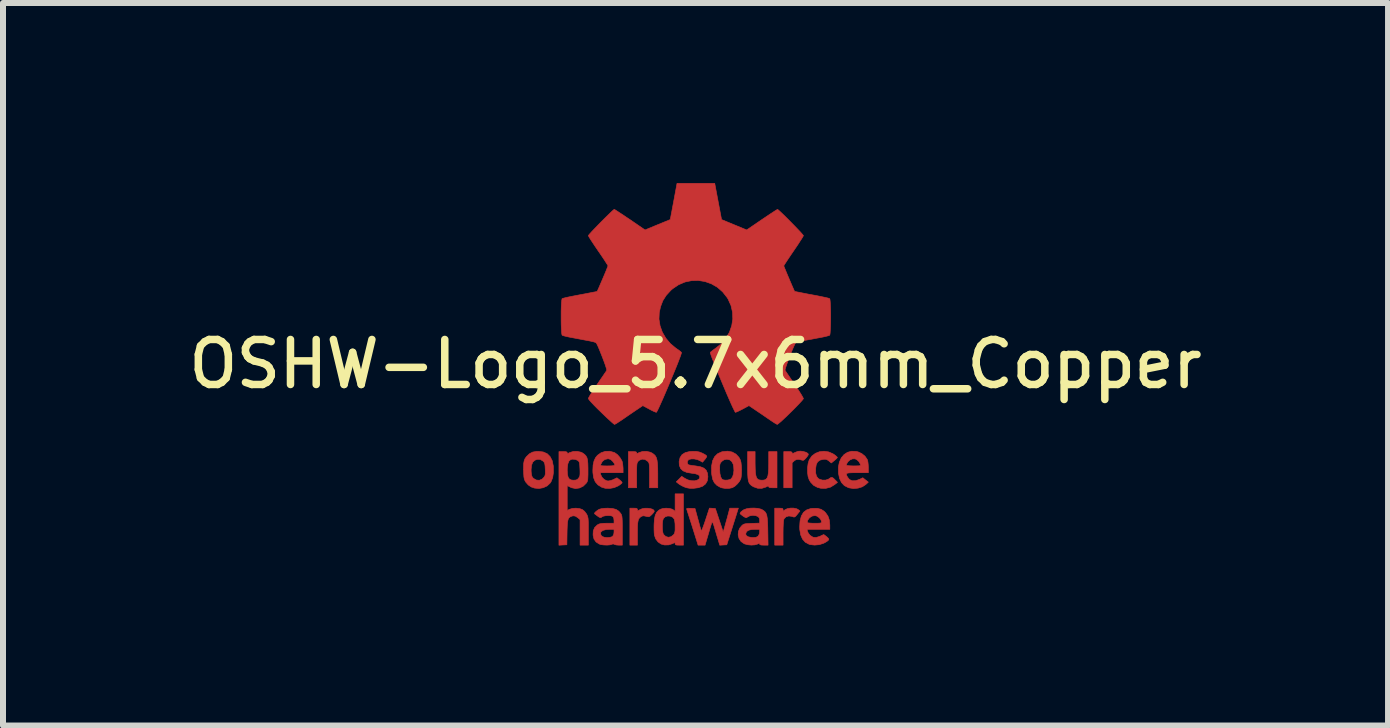
<source format=kicad_pcb>
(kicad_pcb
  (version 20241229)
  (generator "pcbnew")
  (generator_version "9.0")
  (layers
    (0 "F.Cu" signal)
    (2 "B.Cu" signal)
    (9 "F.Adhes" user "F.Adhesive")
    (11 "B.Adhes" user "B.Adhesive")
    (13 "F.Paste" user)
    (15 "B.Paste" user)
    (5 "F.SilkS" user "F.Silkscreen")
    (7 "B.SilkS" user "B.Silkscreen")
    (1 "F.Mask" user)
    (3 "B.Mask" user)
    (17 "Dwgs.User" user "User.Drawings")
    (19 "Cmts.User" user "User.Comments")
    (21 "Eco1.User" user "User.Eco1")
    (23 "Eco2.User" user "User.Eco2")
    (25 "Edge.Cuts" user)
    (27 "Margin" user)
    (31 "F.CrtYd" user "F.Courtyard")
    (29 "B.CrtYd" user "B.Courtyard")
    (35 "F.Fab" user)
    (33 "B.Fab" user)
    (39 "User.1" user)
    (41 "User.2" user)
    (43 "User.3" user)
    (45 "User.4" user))
  (footprint "OSHW-Logo_5.7x6mm_Copper"
    (layer "F.Cu")
    (at 8.541 3.017)
    (property "Reference" "OSHW-Logo_5.7x6mm_Copper" (at 0 0 0) (layer "F.SilkS") (effects (font (size 0.75 0.75) (thickness 0.125))))
    (attr exclude_from_pos_files exclude_from_bom)
    (fp_poly (pts (xy 1.799 1.458) (xy 1.843 1.471) (xy 1.871 1.488) (xy 1.88 1.501) (xy 1.877 1.517) (xy 1.861 1.541) (xy 1.847 1.559) (xy 1.819 1.59) (xy 1.798 1.604) (xy 1.78 1.603) (xy 1.726 1.589) (xy 1.687 1.59) (xy 1.655 1.605) (xy 1.644 1.614) (xy 1.61 1.646) (xy 1.61 2.062) (xy 1.471 2.062) (xy 1.471 1.459) (xy 1.54 1.459) (xy 1.582 1.46) (xy 1.603 1.466) (xy 1.61 1.477) (xy 1.61 1.478) (xy 1.612 1.49) (xy 1.626 1.488) (xy 1.644 1.48) (xy 1.682 1.464) (xy 1.713 1.454) (xy 1.753 1.451) (xy 1.799 1.458)) (stroke (width 0.01) (type solid)) (fill yes) (layer "F.Cu"))
    (fp_poly (pts (xy 1.635 2.401) (xy 1.684 2.411) (xy 1.711 2.425) (xy 1.74 2.449) (xy 1.699 2.501) (xy 1.673 2.532) (xy 1.656 2.547) (xy 1.639 2.55) (xy 1.614 2.542) (xy 1.602 2.538) (xy 1.554 2.532) (xy 1.51 2.545) (xy 1.478 2.576) (xy 1.473 2.585) (xy 1.467 2.611) (xy 1.463 2.659) (xy 1.46 2.725) (xy 1.459 2.806) (xy 1.459 2.817) (xy 1.459 3.018) (xy 1.32 3.018) (xy 1.32 2.402) (xy 1.389 2.402) (xy 1.429 2.403) (xy 1.45 2.407) (xy 1.458 2.418) (xy 1.459 2.428) (xy 1.459 2.454) (xy 1.492 2.428) (xy 1.53 2.41) (xy 1.581 2.401) (xy 1.635 2.401)) (stroke (width 0.01) (type solid)) (fill yes) (layer "F.Cu"))
    (fp_poly (pts (xy -0.993 2.403) (xy -0.975 2.409) (xy -0.968 2.421) (xy -0.968 2.427) (xy -0.967 2.442) (xy -0.96 2.445) (xy -0.939 2.434) (xy -0.927 2.427) (xy -0.889 2.411) (xy -0.844 2.403) (xy -0.797 2.403) (xy -0.752 2.409) (xy -0.716 2.42) (xy -0.693 2.436) (xy -0.688 2.456) (xy -0.69 2.462) (xy -0.707 2.485) (xy -0.733 2.513) (xy -0.738 2.517) (xy -0.762 2.538) (xy -0.784 2.545) (xy -0.814 2.54) (xy -0.826 2.537) (xy -0.863 2.529) (xy -0.889 2.533) (xy -0.911 2.545) (xy -0.931 2.561) (xy -0.946 2.581) (xy -0.956 2.609) (xy -0.963 2.648) (xy -0.967 2.704) (xy -0.968 2.779) (xy -0.968 2.824) (xy -0.968 3.018) (xy -1.094 3.018) (xy -1.094 2.402) (xy -1.031 2.402) (xy -0.993 2.403)) (stroke (width 0.01) (type solid)) (fill yes) (layer "F.Cu"))
    (fp_poly (pts (xy 0.993 1.654) (xy 0.995 1.747) (xy 0.999 1.817) (xy 1.008 1.867) (xy 1.022 1.902) (xy 1.042 1.923) (xy 1.071 1.933) (xy 1.107 1.936) (xy 1.144 1.933) (xy 1.172 1.922) (xy 1.192 1.9) (xy 1.206 1.865) (xy 1.214 1.814) (xy 1.219 1.742) (xy 1.22 1.654) (xy 1.22 1.459) (xy 1.358 1.459) (xy 1.358 2.062) (xy 1.289 2.062) (xy 1.247 2.06) (xy 1.226 2.055) (xy 1.22 2.043) (xy 1.216 2.033) (xy 1.202 2.035) (xy 1.173 2.05) (xy 1.106 2.071) (xy 1.036 2.07) (xy 0.968 2.046) (xy 0.936 2.027) (xy 0.912 2.007) (xy 0.894 1.982) (xy 0.881 1.947) (xy 0.874 1.901) (xy 0.87 1.839) (xy 0.868 1.758) (xy 0.868 1.695) (xy 0.868 1.459) (xy 0.993 1.459) (xy 0.993 1.654)) (stroke (width 0.01) (type solid)) (fill yes) (layer "F.Cu"))
    (fp_poly (pts (xy -0.754 1.469) (xy -0.723 1.484) (xy -0.692 1.506) (xy -0.669 1.53) (xy -0.652 1.562) (xy -0.641 1.604) (xy -0.634 1.66) (xy -0.63 1.734) (xy -0.629 1.829) (xy -0.629 1.839) (xy -0.629 2.062) (xy -0.767 2.062) (xy -0.767 1.856) (xy -0.767 1.78) (xy -0.768 1.725) (xy -0.77 1.687) (xy -0.773 1.661) (xy -0.779 1.643) (xy -0.788 1.63) (xy -0.8 1.618) (xy -0.843 1.59) (xy -0.89 1.585) (xy -0.934 1.602) (xy -0.95 1.615) (xy -0.961 1.627) (xy -0.969 1.641) (xy -0.975 1.659) (xy -0.978 1.686) (xy -0.98 1.726) (xy -0.981 1.784) (xy -0.981 1.854) (xy -0.981 2.062) (xy -1.119 2.062) (xy -1.119 1.459) (xy -1.05 1.459) (xy -1.008 1.46) (xy -0.987 1.466) (xy -0.981 1.477) (xy -0.981 1.478) (xy -0.978 1.489) (xy -0.965 1.488) (xy -0.94 1.475) (xy -0.883 1.457) (xy -0.817 1.455) (xy -0.754 1.469)) (stroke (width 0.01) (type solid)) (fill yes) (layer "F.Cu"))
    (fp_poly (pts (xy 2.217 1.464) (xy 2.29 1.495) (xy 2.313 1.51) (xy 2.342 1.533) (xy 2.361 1.551) (xy 2.364 1.557) (xy 2.355 1.57) (xy 2.332 1.593) (xy 2.313 1.608) (xy 2.263 1.649) (xy 2.223 1.615) (xy 2.192 1.594) (xy 2.162 1.586) (xy 2.127 1.588) (xy 2.073 1.602) (xy 2.035 1.63) (xy 2.012 1.675) (xy 2.002 1.741) (xy 2.002 1.741) (xy 2.002 1.815) (xy 2.016 1.869) (xy 2.044 1.906) (xy 2.063 1.918) (xy 2.114 1.934) (xy 2.168 1.934) (xy 2.215 1.919) (xy 2.226 1.911) (xy 2.253 1.893) (xy 2.275 1.889) (xy 2.299 1.903) (xy 2.325 1.929) (xy 2.366 1.971) (xy 2.32 2.008) (xy 2.25 2.051) (xy 2.17 2.072) (xy 2.087 2.07) (xy 2.033 2.056) (xy 1.969 2.022) (xy 1.918 1.968) (xy 1.895 1.93) (xy 1.876 1.876) (xy 1.867 1.806) (xy 1.867 1.731) (xy 1.876 1.659) (xy 1.894 1.599) (xy 1.897 1.593) (xy 1.94 1.532) (xy 1.998 1.488) (xy 2.067 1.461) (xy 2.141 1.453) (xy 2.217 1.464)) (stroke (width 0.01) (type solid)) (fill yes) (layer "F.Cu"))
    (fp_poly (pts (xy 0.611 1.466) (xy 0.674 1.501) (xy 0.724 1.555) (xy 0.748 1.6) (xy 0.758 1.639) (xy 0.764 1.695) (xy 0.767 1.76) (xy 0.766 1.824) (xy 0.761 1.881) (xy 0.755 1.912) (xy 0.734 1.953) (xy 0.698 1.997) (xy 0.656 2.036) (xy 0.613 2.061) (xy 0.612 2.061) (xy 0.56 2.072) (xy 0.497 2.073) (xy 0.438 2.063) (xy 0.415 2.055) (xy 0.356 2.021) (xy 0.314 1.978) (xy 0.286 1.92) (xy 0.271 1.844) (xy 0.267 1.804) (xy 0.268 1.754) (xy 0.402 1.754) (xy 0.407 1.827) (xy 0.42 1.882) (xy 0.441 1.918) (xy 0.456 1.928) (xy 0.493 1.935) (xy 0.539 1.933) (xy 0.577 1.923) (xy 0.588 1.917) (xy 0.615 1.885) (xy 0.632 1.835) (xy 0.64 1.774) (xy 0.636 1.708) (xy 0.628 1.669) (xy 0.604 1.624) (xy 0.567 1.595) (xy 0.522 1.586) (xy 0.475 1.596) (xy 0.439 1.621) (xy 0.42 1.642) (xy 0.409 1.662) (xy 0.404 1.69) (xy 0.402 1.733) (xy 0.402 1.754) (xy 0.268 1.754) (xy 0.268 1.698) (xy 0.285 1.611) (xy 0.319 1.543) (xy 0.369 1.494) (xy 0.435 1.464) (xy 0.45 1.46) (xy 0.535 1.452) (xy 0.611 1.466)) (stroke (width 0.01) (type solid)) (fill yes) (layer "F.Cu"))
    (fp_poly (pts (xy 0.282 2.404) (xy 0.331 2.408) (xy 0.461 2.798) (xy 0.482 2.729) (xy 0.494 2.686) (xy 0.51 2.628) (xy 0.528 2.565) (xy 0.537 2.531) (xy 0.571 2.402) (xy 0.714 2.402) (xy 0.672 2.537) (xy 0.651 2.603) (xy 0.625 2.684) (xy 0.599 2.767) (xy 0.575 2.842) (xy 0.521 3.012) (xy 0.463 3.015) (xy 0.404 3.019) (xy 0.373 2.915) (xy 0.353 2.85) (xy 0.332 2.778) (xy 0.313 2.715) (xy 0.313 2.713) (xy 0.299 2.67) (xy 0.286 2.641) (xy 0.278 2.63) (xy 0.276 2.631) (xy 0.27 2.648) (xy 0.258 2.685) (xy 0.242 2.736) (xy 0.224 2.798) (xy 0.214 2.832) (xy 0.159 3.018) (xy 0.043 3.018) (xy -0.049 2.725) (xy -0.075 2.643) (xy -0.099 2.569) (xy -0.119 2.506) (xy -0.135 2.457) (xy -0.145 2.426) (xy -0.148 2.417) (xy -0.146 2.407) (xy -0.127 2.403) (xy -0.087 2.404) (xy -0.081 2.404) (xy -0.008 2.408) (xy 0.04 2.584) (xy 0.058 2.648) (xy 0.073 2.705) (xy 0.086 2.748) (xy 0.094 2.775) (xy 0.095 2.779) (xy 0.101 2.774) (xy 0.113 2.749) (xy 0.13 2.706) (xy 0.15 2.65) (xy 0.167 2.599) (xy 0.232 2.401) (xy 0.282 2.404)) (stroke (width 0.01) (type solid)) (fill yes) (layer "F.Cu"))
    (fp_poly (pts (xy -2.538 1.465) (xy -2.472 1.494) (xy -2.423 1.543) (xy -2.388 1.611) (xy -2.37 1.699) (xy -2.369 1.712) (xy -2.368 1.809) (xy -2.381 1.894) (xy -2.408 1.962) (xy -2.423 1.984) (xy -2.473 2.031) (xy -2.538 2.061) (xy -2.61 2.074) (xy -2.683 2.067) (xy -2.739 2.048) (xy -2.787 2.015) (xy -2.826 1.971) (xy -2.827 1.97) (xy -2.843 1.943) (xy -2.853 1.916) (xy -2.86 1.882) (xy -2.863 1.834) (xy -2.865 1.795) (xy -2.866 1.759) (xy -2.74 1.759) (xy -2.739 1.795) (xy -2.734 1.842) (xy -2.726 1.872) (xy -2.712 1.894) (xy -2.699 1.907) (xy -2.652 1.933) (xy -2.603 1.937) (xy -2.557 1.918) (xy -2.534 1.896) (xy -2.517 1.875) (xy -2.507 1.854) (xy -2.503 1.828) (xy -2.503 1.788) (xy -2.504 1.751) (xy -2.507 1.698) (xy -2.512 1.664) (xy -2.52 1.641) (xy -2.533 1.624) (xy -2.544 1.615) (xy -2.589 1.589) (xy -2.637 1.588) (xy -2.678 1.603) (xy -2.713 1.635) (xy -2.733 1.687) (xy -2.74 1.759) (xy -2.866 1.759) (xy -2.866 1.717) (xy -2.864 1.658) (xy -2.856 1.614) (xy -2.843 1.579) (xy -2.822 1.549) (xy -2.814 1.539) (xy -2.766 1.494) (xy -2.714 1.467) (xy -2.651 1.456) (xy -2.62 1.455) (xy -2.538 1.465)) (stroke (width 0.01) (type solid)) (fill yes) (layer "F.Cu"))
    (fp_poly (pts (xy -0.201 3.018) (xy -0.27 3.018) (xy -0.31 3.017) (xy -0.331 3.012) (xy -0.339 3.001) (xy -0.34 2.994) (xy -0.341 2.98) (xy -0.349 2.977) (xy -0.37 2.986) (xy -0.386 2.994) (xy -0.449 3.014) (xy -0.517 3.015) (xy -0.573 3) (xy -0.624 2.965) (xy -0.664 2.913) (xy -0.685 2.851) (xy -0.686 2.848) (xy -0.689 2.811) (xy -0.691 2.757) (xy -0.691 2.716) (xy -0.553 2.716) (xy -0.55 2.77) (xy -0.543 2.815) (xy -0.533 2.84) (xy -0.496 2.874) (xy -0.452 2.887) (xy -0.407 2.877) (xy -0.368 2.847) (xy -0.353 2.827) (xy -0.345 2.803) (xy -0.34 2.768) (xy -0.34 2.716) (xy -0.341 2.664) (xy -0.346 2.619) (xy -0.353 2.588) (xy -0.354 2.585) (xy -0.38 2.553) (xy -0.42 2.535) (xy -0.463 2.532) (xy -0.504 2.545) (xy -0.534 2.573) (xy -0.537 2.578) (xy -0.547 2.612) (xy -0.552 2.661) (xy -0.553 2.716) (xy -0.691 2.716) (xy -0.691 2.696) (xy -0.69 2.663) (xy -0.684 2.581) (xy -0.671 2.52) (xy -0.649 2.474) (xy -0.618 2.441) (xy -0.587 2.421) (xy -0.544 2.407) (xy -0.491 2.402) (xy -0.436 2.406) (xy -0.39 2.418) (xy -0.365 2.433) (xy -0.34 2.456) (xy -0.34 2.163) (xy -0.201 2.163) (xy -0.201 3.018)) (stroke (width 0.01) (type solid)) (fill yes) (layer "F.Cu"))
    (fp_poly (pts (xy 2.678 1.456) (xy 2.71 1.464) (xy 2.772 1.493) (xy 2.825 1.537) (xy 2.861 1.589) (xy 2.866 1.601) (xy 2.873 1.632) (xy 2.878 1.677) (xy 2.88 1.723) (xy 2.88 1.811) (xy 2.697 1.811) (xy 2.622 1.811) (xy 2.569 1.813) (xy 2.535 1.817) (xy 2.518 1.826) (xy 2.514 1.84) (xy 2.521 1.86) (xy 2.533 1.884) (xy 2.566 1.925) (xy 2.612 1.945) (xy 2.669 1.944) (xy 2.733 1.922) (xy 2.788 1.895) (xy 2.834 1.932) (xy 2.88 1.968) (xy 2.837 2.008) (xy 2.779 2.046) (xy 2.708 2.068) (xy 2.632 2.075) (xy 2.558 2.063) (xy 2.546 2.059) (xy 2.481 2.026) (xy 2.433 1.975) (xy 2.4 1.906) (xy 2.382 1.818) (xy 2.382 1.816) (xy 2.381 1.72) (xy 2.387 1.686) (xy 2.515 1.686) (xy 2.527 1.691) (xy 2.558 1.695) (xy 2.605 1.697) (xy 2.635 1.698) (xy 2.691 1.697) (xy 2.725 1.696) (xy 2.744 1.692) (xy 2.75 1.685) (xy 2.748 1.674) (xy 2.747 1.669) (xy 2.724 1.627) (xy 2.689 1.594) (xy 2.658 1.579) (xy 2.616 1.58) (xy 2.574 1.598) (xy 2.539 1.629) (xy 2.518 1.666) (xy 2.515 1.686) (xy 2.387 1.686) (xy 2.397 1.635) (xy 2.429 1.564) (xy 2.475 1.509) (xy 2.533 1.471) (xy 2.601 1.453) (xy 2.678 1.456)) (stroke (width 0.01) (type solid)) (fill yes) (layer "F.Cu"))
    (fp_poly (pts (xy 0.014 1.456) (xy 0.062 1.465) (xy 0.111 1.484) (xy 0.116 1.487) (xy 0.154 1.506) (xy 0.18 1.525) (xy 0.188 1.537) (xy 0.18 1.556) (xy 0.161 1.584) (xy 0.152 1.594) (xy 0.117 1.636) (xy 0.071 1.609) (xy 0.027 1.591) (xy -0.023 1.581) (xy -0.071 1.581) (xy -0.109 1.59) (xy -0.117 1.595) (xy -0.135 1.621) (xy -0.137 1.651) (xy -0.124 1.674) (xy -0.116 1.679) (xy -0.094 1.684) (xy -0.054 1.691) (xy -0.005 1.697) (xy 0.004 1.698) (xy 0.083 1.712) (xy 0.14 1.735) (xy 0.178 1.77) (xy 0.199 1.818) (xy 0.206 1.878) (xy 0.197 1.945) (xy 0.167 1.998) (xy 0.117 2.037) (xy 0.047 2.061) (xy -0.031 2.071) (xy -0.095 2.071) (xy -0.147 2.062) (xy -0.182 2.05) (xy -0.227 2.029) (xy -0.268 2.005) (xy -0.283 1.994) (xy -0.321 1.963) (xy -0.275 1.917) (xy -0.23 1.871) (xy -0.178 1.905) (xy -0.126 1.931) (xy -0.071 1.944) (xy -0.017 1.946) (xy 0.028 1.935) (xy 0.06 1.914) (xy 0.07 1.895) (xy 0.069 1.865) (xy 0.043 1.843) (xy -0.007 1.827) (xy -0.061 1.82) (xy -0.145 1.806) (xy -0.207 1.78) (xy -0.248 1.741) (xy -0.27 1.688) (xy -0.273 1.625) (xy -0.258 1.56) (xy -0.225 1.51) (xy -0.171 1.476) (xy -0.099 1.458) (xy -0.045 1.455) (xy 0.014 1.456)) (stroke (width 0.01) (type solid)) (fill yes) (layer "F.Cu"))
    (fp_poly (pts (xy 2.033 2.405) (xy 2.093 2.421) (xy 2.143 2.453) (xy 2.167 2.477) (xy 2.207 2.534) (xy 2.23 2.6) (xy 2.238 2.681) (xy 2.238 2.688) (xy 2.238 2.754) (xy 1.858 2.754) (xy 1.866 2.788) (xy 1.881 2.82) (xy 1.907 2.852) (xy 1.912 2.857) (xy 1.958 2.886) (xy 2.01 2.89) (xy 2.071 2.872) (xy 2.081 2.867) (xy 2.112 2.852) (xy 2.133 2.843) (xy 2.137 2.842) (xy 2.15 2.85) (xy 2.174 2.869) (xy 2.187 2.879) (xy 2.212 2.903) (xy 2.221 2.919) (xy 2.215 2.934) (xy 2.212 2.938) (xy 2.191 2.955) (xy 2.156 2.976) (xy 2.131 2.988) (xy 2.062 3.01) (xy 1.985 3.017) (xy 1.913 3.009) (xy 1.892 3.003) (xy 1.829 2.969) (xy 1.783 2.917) (xy 1.752 2.846) (xy 1.737 2.757) (xy 1.736 2.71) (xy 1.74 2.641) (xy 1.861 2.641) (xy 1.873 2.646) (xy 1.904 2.65) (xy 1.95 2.653) (xy 1.98 2.653) (xy 2.036 2.653) (xy 2.071 2.651) (xy 2.09 2.647) (xy 2.098 2.639) (xy 2.1 2.628) (xy 2.089 2.594) (xy 2.062 2.561) (xy 2.026 2.535) (xy 1.991 2.525) (xy 1.942 2.534) (xy 1.9 2.561) (xy 1.871 2.6) (xy 1.861 2.641) (xy 1.74 2.641) (xy 1.743 2.61) (xy 1.764 2.531) (xy 1.8 2.471) (xy 1.852 2.431) (xy 1.92 2.408) (xy 1.957 2.404) (xy 2.033 2.405)) (stroke (width 0.01) (type solid)) (fill yes) (layer "F.Cu"))
    (fp_poly (pts (xy -1.357 1.473) (xy -1.344 1.479) (xy -1.301 1.51) (xy -1.26 1.557) (xy -1.229 1.608) (xy -1.22 1.631) (xy -1.213 1.673) (xy -1.208 1.724) (xy -1.207 1.745) (xy -1.207 1.811) (xy -1.587 1.811) (xy -1.579 1.845) (xy -1.559 1.886) (xy -1.524 1.922) (xy -1.483 1.944) (xy -1.457 1.949) (xy -1.421 1.943) (xy -1.378 1.929) (xy -1.364 1.922) (xy -1.31 1.896) (xy -1.265 1.93) (xy -1.238 1.954) (xy -1.224 1.973) (xy -1.223 1.979) (xy -1.236 1.993) (xy -1.263 2.014) (xy -1.288 2.03) (xy -1.356 2.06) (xy -1.431 2.073) (xy -1.506 2.07) (xy -1.565 2.052) (xy -1.627 2.013) (xy -1.671 1.962) (xy -1.698 1.895) (xy -1.71 1.811) (xy -1.711 1.773) (xy -1.707 1.685) (xy -1.706 1.682) (xy -1.581 1.682) (xy -1.577 1.691) (xy -1.563 1.695) (xy -1.533 1.697) (xy -1.485 1.698) (xy -1.466 1.698) (xy -1.408 1.697) (xy -1.372 1.694) (xy -1.353 1.689) (xy -1.346 1.681) (xy -1.345 1.679) (xy -1.353 1.658) (xy -1.373 1.63) (xy -1.382 1.62) (xy -1.413 1.591) (xy -1.446 1.58) (xy -1.464 1.579) (xy -1.512 1.591) (xy -1.552 1.622) (xy -1.577 1.668) (xy -1.578 1.669) (xy -1.581 1.682) (xy -1.706 1.682) (xy -1.692 1.616) (xy -1.666 1.56) (xy -1.634 1.521) (xy -1.574 1.478) (xy -1.504 1.455) (xy -1.43 1.453) (xy -1.357 1.473)) (stroke (width 0.01) (type solid)) (fill yes) (layer "F.Cu"))
    (fp_poly (pts (xy 1.038 2.405) (xy 1.091 2.418) (xy 1.107 2.425) (xy 1.136 2.443) (xy 1.159 2.463) (xy 1.176 2.489) (xy 1.188 2.524) (xy 1.196 2.572) (xy 1.201 2.636) (xy 1.204 2.72) (xy 1.205 2.776) (xy 1.209 3.018) (xy 1.139 3.018) (xy 1.096 3.016) (xy 1.074 3.01) (xy 1.069 3) (xy 1.066 2.989) (xy 1.052 2.991) (xy 1.034 3) (xy 0.989 3.013) (xy 0.93 3.017) (xy 0.868 3.011) (xy 0.814 2.996) (xy 0.809 2.993) (xy 0.759 2.958) (xy 0.726 2.909) (xy 0.711 2.852) (xy 0.712 2.832) (xy 0.836 2.832) (xy 0.846 2.859) (xy 0.879 2.879) (xy 0.931 2.89) (xy 0.959 2.891) (xy 1.005 2.888) (xy 1.036 2.874) (xy 1.044 2.867) (xy 1.064 2.831) (xy 1.069 2.798) (xy 1.069 2.754) (xy 1.008 2.754) (xy 0.936 2.757) (xy 0.886 2.769) (xy 0.855 2.789) (xy 0.848 2.798) (xy 0.836 2.832) (xy 0.712 2.832) (xy 0.714 2.792) (xy 0.737 2.735) (xy 0.768 2.697) (xy 0.786 2.68) (xy 0.805 2.669) (xy 0.829 2.662) (xy 0.864 2.658) (xy 0.917 2.656) (xy 0.938 2.655) (xy 1.069 2.651) (xy 1.069 2.611) (xy 1.064 2.569) (xy 1.045 2.544) (xy 1.008 2.528) (xy 1.007 2.528) (xy 0.954 2.521) (xy 0.903 2.53) (xy 0.865 2.55) (xy 0.849 2.56) (xy 0.833 2.558) (xy 0.807 2.544) (xy 0.792 2.534) (xy 0.763 2.512) (xy 0.745 2.496) (xy 0.742 2.491) (xy 0.754 2.467) (xy 0.789 2.438) (xy 0.805 2.428) (xy 0.849 2.412) (xy 0.908 2.402) (xy 0.974 2.4) (xy 1.038 2.405)) (stroke (width 0.01) (type solid)) (fill yes) (layer "F.Cu"))
    (fp_poly (pts (xy -1.384 2.407) (xy -1.325 2.422) (xy -1.28 2.451) (xy -1.248 2.488) (xy -1.238 2.504) (xy -1.231 2.521) (xy -1.226 2.543) (xy -1.223 2.573) (xy -1.221 2.615) (xy -1.22 2.674) (xy -1.22 2.753) (xy -1.22 2.774) (xy -1.22 3.018) (xy -1.28 3.018) (xy -1.319 3.015) (xy -1.347 3.008) (xy -1.354 3.004) (xy -1.374 2.997) (xy -1.394 3.004) (xy -1.426 3.013) (xy -1.474 3.017) (xy -1.527 3.015) (xy -1.575 3.009) (xy -1.603 3) (xy -1.658 2.965) (xy -1.692 2.916) (xy -1.707 2.852) (xy -1.707 2.85) (xy -1.706 2.822) (xy -1.584 2.822) (xy -1.574 2.854) (xy -1.556 2.873) (xy -1.522 2.886) (xy -1.476 2.892) (xy -1.429 2.889) (xy -1.392 2.878) (xy -1.381 2.871) (xy -1.363 2.839) (xy -1.358 2.802) (xy -1.358 2.754) (xy -1.428 2.754) (xy -1.494 2.759) (xy -1.544 2.773) (xy -1.575 2.796) (xy -1.584 2.822) (xy -1.706 2.822) (xy -1.704 2.78) (xy -1.681 2.724) (xy -1.637 2.682) (xy -1.631 2.678) (xy -1.605 2.665) (xy -1.573 2.658) (xy -1.528 2.654) (xy -1.474 2.653) (xy -1.358 2.653) (xy -1.358 2.604) (xy -1.363 2.567) (xy -1.376 2.541) (xy -1.377 2.54) (xy -1.405 2.529) (xy -1.447 2.525) (xy -1.494 2.527) (xy -1.535 2.535) (xy -1.56 2.547) (xy -1.573 2.557) (xy -1.587 2.559) (xy -1.607 2.551) (xy -1.636 2.531) (xy -1.68 2.497) (xy -1.684 2.494) (xy -1.682 2.482) (xy -1.665 2.463) (xy -1.638 2.441) (xy -1.61 2.423) (xy -1.6 2.419) (xy -1.567 2.41) (xy -1.519 2.404) (xy -1.465 2.402) (xy -1.462 2.402) (xy -1.384 2.407)) (stroke (width 0.01) (type solid)) (fill yes) (layer "F.Cu"))
    (fp_poly (pts (xy -1.909 1.469) (xy -1.882 1.482) (xy -1.85 1.505) (xy -1.826 1.53) (xy -1.809 1.561) (xy -1.799 1.603) (xy -1.794 1.66) (xy -1.792 1.736) (xy -1.792 1.769) (xy -1.792 1.841) (xy -1.794 1.892) (xy -1.796 1.927) (xy -1.802 1.952) (xy -1.81 1.97) (xy -1.818 1.982) (xy -1.87 2.034) (xy -1.932 2.065) (xy -1.999 2.075) (xy -2.066 2.061) (xy -2.087 2.051) (xy -2.138 2.025) (xy -2.138 2.44) (xy -2.101 2.421) (xy -2.052 2.406) (xy -1.992 2.402) (xy -1.932 2.409) (xy -1.886 2.425) (xy -1.849 2.455) (xy -1.817 2.498) (xy -1.814 2.502) (xy -1.804 2.523) (xy -1.797 2.544) (xy -1.791 2.57) (xy -1.788 2.604) (xy -1.786 2.651) (xy -1.786 2.715) (xy -1.786 2.787) (xy -1.786 3.018) (xy -1.924 3.018) (xy -1.924 2.593) (xy -1.963 2.56) (xy -2.003 2.534) (xy -2.041 2.529) (xy -2.079 2.541) (xy -2.099 2.553) (xy -2.115 2.57) (xy -2.125 2.596) (xy -2.133 2.634) (xy -2.137 2.688) (xy -2.14 2.761) (xy -2.141 2.81) (xy -2.144 3.012) (xy -2.21 3.015) (xy -2.276 3.019) (xy -2.276 1.771) (xy -2.138 1.771) (xy -2.134 1.84) (xy -2.122 1.889) (xy -2.1 1.919) (xy -2.066 1.933) (xy -2.031 1.936) (xy -1.991 1.933) (xy -1.965 1.92) (xy -1.949 1.902) (xy -1.936 1.883) (xy -1.928 1.862) (xy -1.925 1.832) (xy -1.925 1.787) (xy -1.926 1.75) (xy -1.929 1.694) (xy -1.932 1.657) (xy -1.939 1.633) (xy -1.95 1.617) (xy -1.96 1.608) (xy -2.002 1.589) (xy -2.052 1.585) (xy -2.08 1.592) (xy -2.109 1.616) (xy -2.128 1.664) (xy -2.137 1.734) (xy -2.138 1.771) (xy -2.276 1.771) (xy -2.276 1.459) (xy -2.207 1.459) (xy -2.165 1.46) (xy -2.144 1.466) (xy -2.138 1.477) (xy -2.138 1.478) (xy -2.135 1.489) (xy -2.122 1.488) (xy -2.097 1.475) (xy -2.038 1.457) (xy -1.972 1.455) (xy -1.909 1.469)) (stroke (width 0.01) (type solid)) (fill yes) (layer "F.Cu"))
    (fp_poly (pts (xy 0.377 -2.71) (xy 0.434 -2.408) (xy 0.853 -2.235) (xy 1.105 -2.407) (xy 1.175 -2.454) (xy 1.239 -2.497) (xy 1.293 -2.532) (xy 1.334 -2.559) (xy 1.36 -2.574) (xy 1.367 -2.578) (xy 1.379 -2.569) (xy 1.406 -2.545) (xy 1.444 -2.509) (xy 1.491 -2.464) (xy 1.542 -2.413) (xy 1.596 -2.358) (xy 1.649 -2.304) (xy 1.698 -2.253) (xy 1.741 -2.208) (xy 1.773 -2.172) (xy 1.793 -2.148) (xy 1.798 -2.14) (xy 1.791 -2.125) (xy 1.772 -2.093) (xy 1.742 -2.047) (xy 1.705 -1.989) (xy 1.66 -1.923) (xy 1.635 -1.886) (xy 1.588 -1.817) (xy 1.546 -1.755) (xy 1.512 -1.703) (xy 1.487 -1.664) (xy 1.473 -1.641) (xy 1.471 -1.636) (xy 1.476 -1.622) (xy 1.489 -1.59) (xy 1.508 -1.544) (xy 1.531 -1.488) (xy 1.557 -1.427) (xy 1.583 -1.366) (xy 1.607 -1.31) (xy 1.628 -1.262) (xy 1.643 -1.228) (xy 1.651 -1.211) (xy 1.652 -1.211) (xy 1.665 -1.208) (xy 1.699 -1.201) (xy 1.75 -1.191) (xy 1.816 -1.178) (xy 1.893 -1.163) (xy 1.937 -1.155) (xy 2.019 -1.14) (xy 2.093 -1.125) (xy 2.155 -1.112) (xy 2.202 -1.101) (xy 2.23 -1.093) (xy 2.235 -1.091) (xy 2.241 -1.074) (xy 2.245 -1.037) (xy 2.248 -0.983) (xy 2.251 -0.917) (xy 2.252 -0.844) (xy 2.252 -0.767) (xy 2.251 -0.691) (xy 2.249 -0.621) (xy 2.246 -0.56) (xy 2.243 -0.514) (xy 2.238 -0.486) (xy 2.235 -0.48) (xy 2.217 -0.473) (xy 2.179 -0.463) (xy 2.127 -0.451) (xy 2.065 -0.439) (xy 2.043 -0.435) (xy 1.938 -0.415) (xy 1.855 -0.4) (xy 1.792 -0.388) (xy 1.745 -0.378) (xy 1.711 -0.37) (xy 1.689 -0.363) (xy 1.676 -0.357) (xy 1.667 -0.351) (xy 1.666 -0.35) (xy 1.655 -0.331) (xy 1.638 -0.294) (xy 1.616 -0.244) (xy 1.592 -0.185) (xy 1.567 -0.121) (xy 1.543 -0.058) (xy 1.522 0.001) (xy 1.505 0.05) (xy 1.494 0.086) (xy 1.492 0.104) (xy 1.492 0.104) (xy 1.501 0.119) (xy 1.523 0.151) (xy 1.554 0.197) (xy 1.593 0.253) (xy 1.637 0.318) (xy 1.649 0.336) (xy 1.694 0.402) (xy 1.733 0.462) (xy 1.765 0.513) (xy 1.787 0.552) (xy 1.798 0.574) (xy 1.798 0.576) (xy 1.789 0.591) (xy 1.765 0.619) (xy 1.729 0.658) (xy 1.683 0.706) (xy 1.632 0.758) (xy 1.577 0.812) (xy 1.523 0.865) (xy 1.472 0.913) (xy 1.427 0.955) (xy 1.391 0.985) (xy 1.368 1.003) (xy 1.362 1.006) (xy 1.347 0.999) (xy 1.316 0.981) (xy 1.275 0.954) (xy 1.244 0.933) (xy 1.187 0.894) (xy 1.119 0.847) (xy 1.051 0.801) (xy 1.014 0.776) (xy 0.891 0.693) (xy 0.787 0.749) (xy 0.74 0.773) (xy 0.7 0.792) (xy 0.672 0.803) (xy 0.665 0.805) (xy 0.657 0.794) (xy 0.641 0.762) (xy 0.617 0.713) (xy 0.588 0.649) (xy 0.555 0.574) (xy 0.518 0.489) (xy 0.48 0.399) (xy 0.441 0.306) (xy 0.402 0.213) (xy 0.365 0.123) (xy 0.331 0.039) (xy 0.301 -0.037) (xy 0.276 -0.1) (xy 0.258 -0.15) (xy 0.248 -0.182) (xy 0.246 -0.193) (xy 0.259 -0.206) (xy 0.288 -0.229) (xy 0.325 -0.256) (xy 0.329 -0.258) (xy 0.426 -0.336) (xy 0.505 -0.427) (xy 0.564 -0.528) (xy 0.603 -0.637) (xy 0.621 -0.749) (xy 0.617 -0.863) (xy 0.591 -0.976) (xy 0.542 -1.084) (xy 0.527 -1.108) (xy 0.452 -1.203) (xy 0.364 -1.28) (xy 0.265 -1.337) (xy 0.158 -1.375) (xy 0.047 -1.393) (xy -0.066 -1.39) (xy -0.176 -1.367) (xy -0.282 -1.322) (xy -0.38 -1.256) (xy -0.41 -1.23) (xy -0.488 -1.145) (xy -0.544 -1.057) (xy -0.582 -0.958) (xy -0.604 -0.86) (xy -0.609 -0.749) (xy -0.591 -0.638) (xy -0.553 -0.531) (xy -0.494 -0.43) (xy -0.418 -0.34) (xy -0.327 -0.264) (xy -0.315 -0.256) (xy -0.277 -0.23) (xy -0.248 -0.207) (xy -0.234 -0.193) (xy -0.234 -0.193) (xy -0.237 -0.177) (xy -0.248 -0.141) (xy -0.268 -0.089) (xy -0.293 -0.023) (xy -0.324 0.055) (xy -0.359 0.14) (xy -0.397 0.231) (xy -0.436 0.325) (xy -0.475 0.417) (xy -0.513 0.506) (xy -0.549 0.589) (xy -0.582 0.662) (xy -0.61 0.724) (xy -0.632 0.77) (xy -0.647 0.797) (xy -0.653 0.805) (xy -0.671 0.799) (xy -0.706 0.784) (xy -0.75 0.762) (xy -0.774 0.749) (xy -0.878 0.693) (xy -1.002 0.776) (xy -1.065 0.819) (xy -1.134 0.866) (xy -1.199 0.911) (xy -1.231 0.933) (xy -1.277 0.963) (xy -1.315 0.988) (xy -1.342 1.003) (xy -1.351 1.006) (xy -1.363 0.997) (xy -1.391 0.974) (xy -1.431 0.937) (xy -1.482 0.891) (xy -1.539 0.836) (xy -1.575 0.801) (xy -1.639 0.739) (xy -1.694 0.683) (xy -1.738 0.636) (xy -1.769 0.601) (xy -1.784 0.579) (xy -1.786 0.575) (xy -1.779 0.558) (xy -1.76 0.524) (xy -1.73 0.476) (xy -1.693 0.419) (xy -1.649 0.354) (xy -1.637 0.336) (xy -1.592 0.27) (xy -1.551 0.211) (xy -1.518 0.162) (xy -1.493 0.126) (xy -1.481 0.107) (xy -1.479 0.104) (xy -1.481 0.089) (xy -1.491 0.055) (xy -1.507 0.006) (xy -1.528 -0.052) (xy -1.552 -0.115) (xy -1.577 -0.178) (xy -1.601 -0.238) (xy -1.623 -0.29) (xy -1.641 -0.328) (xy -1.653 -0.349) (xy -1.654 -0.35) (xy -1.661 -0.356) (xy -1.674 -0.362) (xy -1.694 -0.369) (xy -1.725 -0.376) (xy -1.769 -0.386) (xy -1.829 -0.397) (xy -1.908 -0.412) (xy -2.009 -0.431) (xy -2.03 -0.435) (xy -2.095 -0.447) (xy -2.151 -0.459) (xy -2.194 -0.47) (xy -2.219 -0.478) (xy -2.222 -0.48) (xy -2.228 -0.497) (xy -2.232 -0.534) (xy -2.235 -0.588) (xy -2.238 -0.654) (xy -2.239 -0.728) (xy -2.239 -0.804) (xy -2.239 -0.88) (xy -2.237 -0.95) (xy -2.234 -1.011) (xy -2.23 -1.057) (xy -2.225 -1.085) (xy -2.223 -1.091) (xy -2.206 -1.096) (xy -2.169 -1.106) (xy -2.114 -1.118) (xy -2.045 -1.132) (xy -1.967 -1.147) (xy -1.925 -1.155) (xy -1.844 -1.17) (xy -1.772 -1.184) (xy -1.712 -1.196) (xy -1.668 -1.204) (xy -1.643 -1.21) (xy -1.639 -1.211) (xy -1.633 -1.224) (xy -1.618 -1.256) (xy -1.598 -1.302) (xy -1.574 -1.358) (xy -1.548 -1.418) (xy -1.522 -1.479) (xy -1.498 -1.536) (xy -1.479 -1.584) (xy -1.465 -1.619) (xy -1.459 -1.636) (xy -1.459 -1.637) (xy -1.465 -1.65) (xy -1.485 -1.681) (xy -1.514 -1.727) (xy -1.552 -1.784) (xy -1.596 -1.849) (xy -1.622 -1.886) (xy -1.669 -1.955) (xy -1.71 -2.017) (xy -1.745 -2.07) (xy -1.77 -2.11) (xy -1.784 -2.135) (xy -1.786 -2.14) (xy -1.777 -2.153) (xy -1.754 -2.18) (xy -1.718 -2.219) (xy -1.673 -2.266) (xy -1.623 -2.318) (xy -1.569 -2.373) (xy -1.516 -2.426) (xy -1.465 -2.476) (xy -1.421 -2.519) (xy -1.385 -2.553) (xy -1.362 -2.573) (xy -1.354 -2.578) (xy -1.341 -2.571) (xy -1.311 -2.552) (xy -1.265 -2.522) (xy -1.208 -2.485) (xy -1.142 -2.44) (xy -1.092 -2.407) (xy -0.841 -2.235) (xy -0.631 -2.322) (xy -0.421 -2.408) (xy -0.364 -2.71) (xy -0.308 -3.012) (xy 0.32 -3.012) (xy 0.377 -2.71)) (stroke (width 0.01) (type solid)) (fill yes) (layer "F.Cu")))
  (gr_rect
    (start -3 -3)
    (end 20.082 9.041)
    (stroke (width 0.1) (type default))
    (fill no)
    (layer "Edge.Cuts")))
</source>
